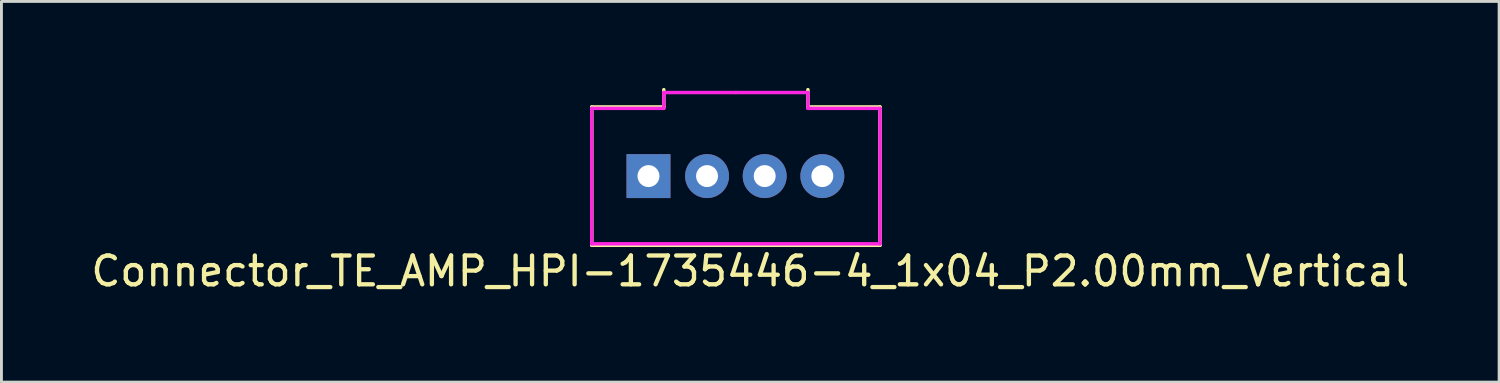
<source format=kicad_pcb>
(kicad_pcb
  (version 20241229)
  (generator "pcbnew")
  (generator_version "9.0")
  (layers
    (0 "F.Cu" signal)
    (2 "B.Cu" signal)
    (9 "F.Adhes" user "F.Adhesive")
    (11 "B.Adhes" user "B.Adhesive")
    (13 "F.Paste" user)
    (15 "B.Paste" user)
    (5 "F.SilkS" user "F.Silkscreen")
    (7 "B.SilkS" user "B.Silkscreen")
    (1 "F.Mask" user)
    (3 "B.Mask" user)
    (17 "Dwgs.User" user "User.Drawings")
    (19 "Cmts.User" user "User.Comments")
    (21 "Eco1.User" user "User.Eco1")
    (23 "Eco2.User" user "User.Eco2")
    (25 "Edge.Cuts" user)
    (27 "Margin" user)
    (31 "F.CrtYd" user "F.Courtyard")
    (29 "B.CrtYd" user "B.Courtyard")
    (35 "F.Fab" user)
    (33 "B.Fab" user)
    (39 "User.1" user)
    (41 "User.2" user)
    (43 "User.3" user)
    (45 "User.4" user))
  (footprint "Connector_TE_AMP_HPI-1735446-4_1x04_P2.00mm_Vertical"
    (layer "F.Cu")
    (at 22.482 3.06)
    (property "Reference" "Connector_TE_AMP_HPI-1735446-4_1x04_P2.00mm_Vertical" (at 0.5 3.3 0) (layer "F.SilkS") (effects (font (size 1 1) (thickness 0.15))))
    (attr through_hole)
    (fp_line (start -5 -2.4) (end -5 2.4) (stroke (width 0.12) (type solid)) (layer "F.SilkS"))
    (fp_line (start -5 -2.4) (end -2.5 -2.4) (stroke (width 0.12) (type solid)) (layer "F.SilkS"))
    (fp_line (start -5 2.4) (end 5 2.4) (stroke (width 0.12) (type solid)) (layer "F.SilkS"))
    (fp_line (start -2.5 -2.4) (end -2.5 -3) (stroke (width 0.12) (type solid)) (layer "F.SilkS"))
    (fp_line (start 2.5 -3) (end 2.5 -2.4) (stroke (width 0.12) (type solid)) (layer "F.SilkS"))
    (fp_line (start 2.5 -2.4) (end 5 -2.4) (stroke (width 0.12) (type solid)) (layer "F.SilkS"))
    (fp_line (start 5 -2.4) (end 5 2.4) (stroke (width 0.12) (type solid)) (layer "F.SilkS"))
    (fp_line (start -5 -2.35) (end -5 2.35) (stroke (width 0.12) (type solid)) (layer "F.CrtYd"))
    (fp_line (start -5 -2.35) (end -2.5 -2.35) (stroke (width 0.12) (type solid)) (layer "F.CrtYd"))
    (fp_line (start -5 2.35) (end 5 2.35) (stroke (width 0.12) (type solid)) (layer "F.CrtYd"))
    (fp_line (start -2.5 -2.9) (end 0 -2.9) (stroke (width 0.12) (type solid)) (layer "F.CrtYd"))
    (fp_line (start -2.5 -2.35) (end -2.5 -2.9) (stroke (width 0.12) (type solid)) (layer "F.CrtYd"))
    (fp_line (start 2.5 -2.9) (end 0 -2.9) (stroke (width 0.12) (type solid)) (layer "F.CrtYd"))
    (fp_line (start 2.5 -2.35) (end 2.5 -2.9) (stroke (width 0.12) (type solid)) (layer "F.CrtYd"))
    (fp_line (start 5 -2.35) (end 2.5 -2.35) (stroke (width 0.12) (type solid)) (layer "F.CrtYd"))
    (fp_line (start 5 -2.35) (end 5 2.35) (stroke (width 0.12) (type solid)) (layer "F.CrtYd"))
    (pad "1" thru_hole rect (at -3.032 0) (size 1.524 1.524) (drill 0.762) (layers "*.Cu" "*.Mask"))
    (pad "2" thru_hole circle (at -1 0) (size 1.524 1.524) (drill 0.762) (layers "*.Cu" "*.Mask"))
    (pad "3" thru_hole circle (at 1 0) (size 1.524 1.524) (drill 0.762) (layers "*.Cu" "*.Mask"))
    (pad "4" thru_hole circle (at 3 0) (size 1.524 1.524) (drill 0.762) (layers "*.Cu" "*.Mask")))
  (gr_rect
    (start -3 -3)
    (end 48.964 10.208)
    (stroke (width 0.1) (type default))
    (fill no)
    (layer "Edge.Cuts")))
</source>
